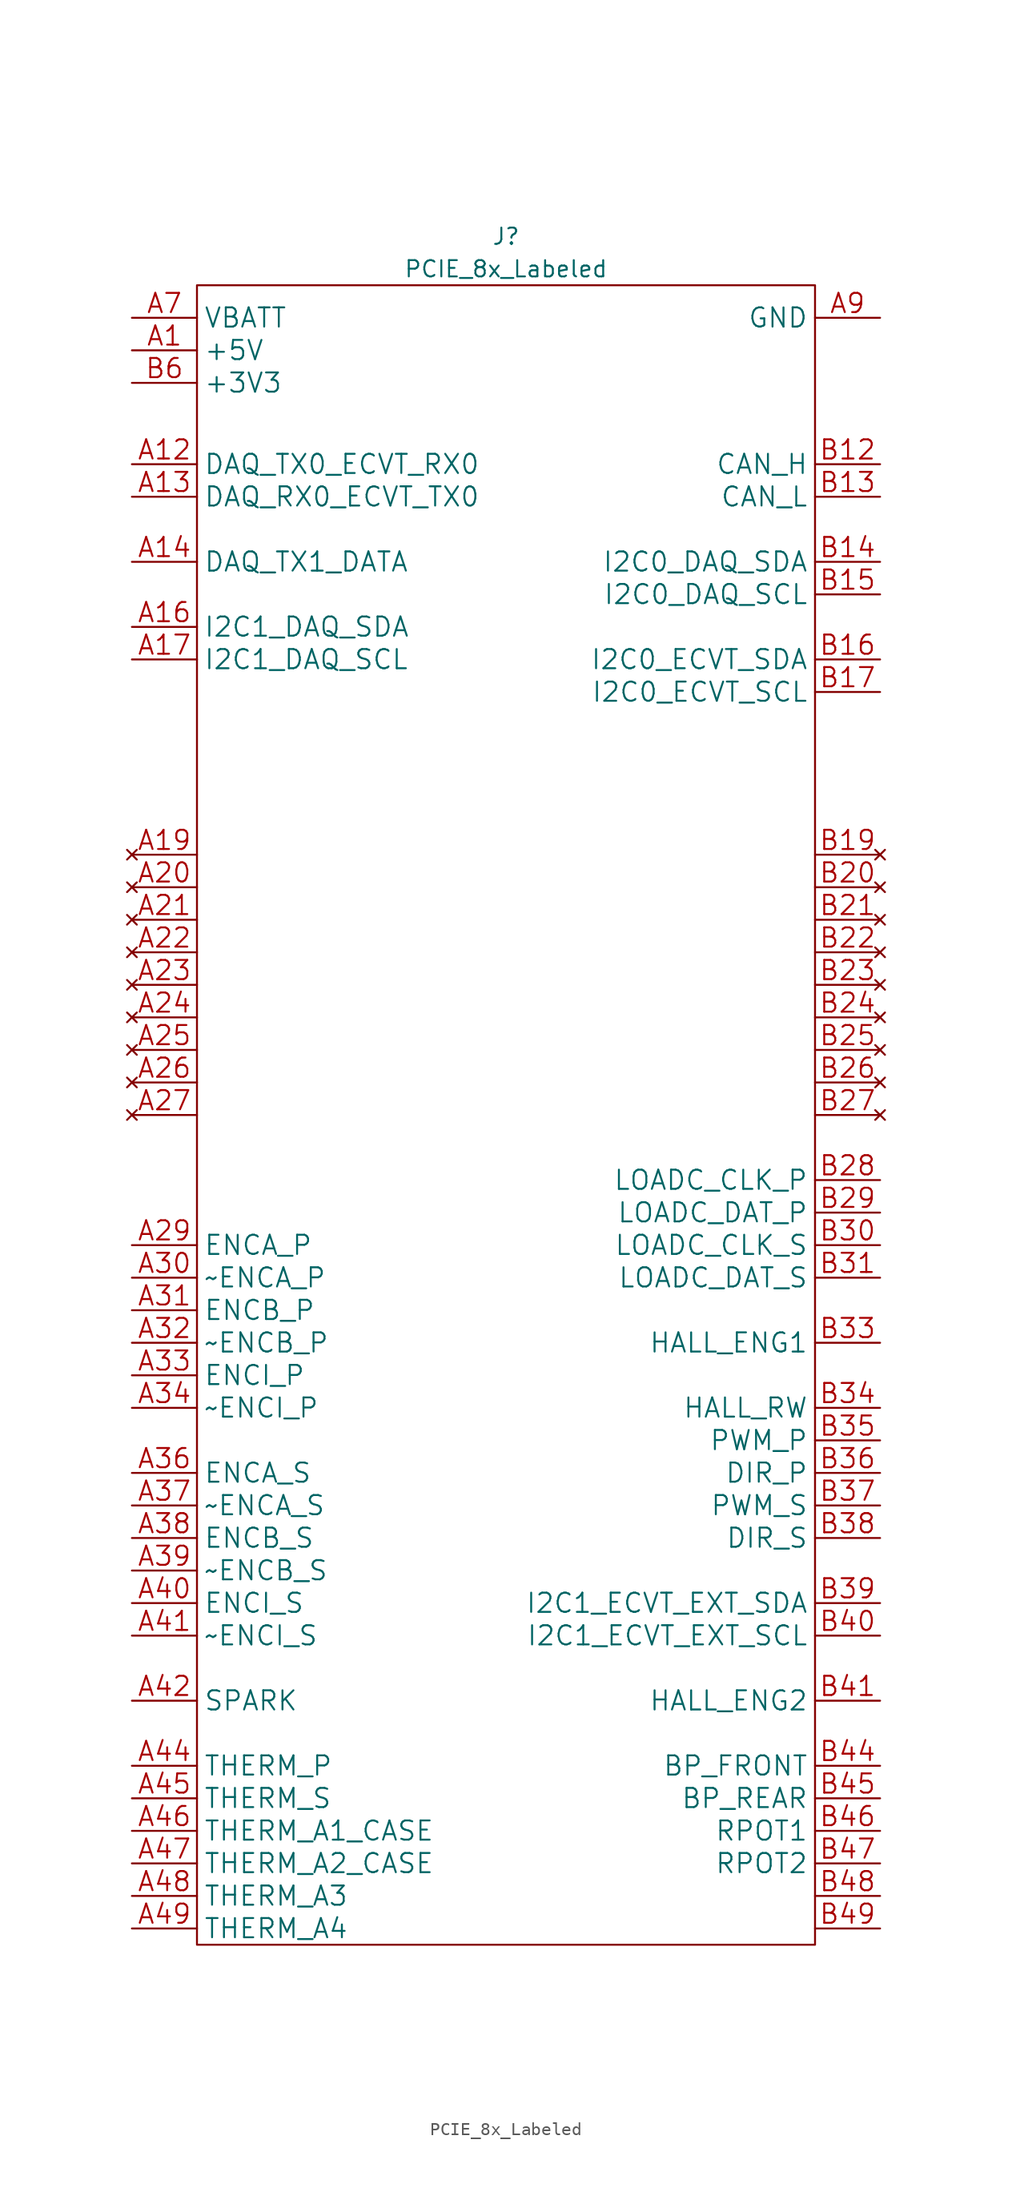
<source format=kicad_sym>
(kicad_symbol_lib
  (version 20220914)
  (generator kicad_symbol_editor)
  (symbol "PCIE_8x_Labeled"
    (property "Reference" "J"
      (at 0 3.81 0)
      (effects (font (size 1.27 1.27))))
    (property "Value" "PCIE_8x_Labeled"
      (at 0 1.27 0)
      (effects (font (size 1.27 1.27))))
    (symbol "PCIE_8x_Labeled_0_1"
      (rectangle (start -24.13 0) (end 24.13 -129.54) (stroke (width 0) (type default)) (fill (type none))))
    (symbol "PCIE_8x_Labeled_1_1"
      (pin power_out line (at -29.21 -5.08 0) (length 5.08) (name "+5V" (effects (font (size 1.499 1.499)))) (number "A1" (effects (font (size 1.499 1.499)))))
      (pin power_out line (at 29.21 -2.54 180) (length 5.08) hide (name "GND" (effects (font (size 1.499 1.499)))) (number "A10" (effects (font (size 1.499 1.499)))))
      (pin power_out line (at 29.21 -2.54 180) (length 5.08) hide (name "GND" (effects (font (size 1.499 1.499)))) (number "A11" (effects (font (size 1.499 1.499)))))
      (pin bidirectional line (at -29.21 -13.97 0) (length 5.08) (name "DAQ_TX0_ECVT_RX0" (effects (font (size 1.499 1.499)))) (number "A12" (effects (font (size 1.499 1.499)))))
      (pin bidirectional line (at -29.21 -16.51 0) (length 5.08) (name "DAQ_RX0_ECVT_TX0" (effects (font (size 1.499 1.499)))) (number "A13" (effects (font (size 1.499 1.499)))))
      (pin bidirectional line (at -29.21 -21.59 0) (length 5.08) (name "DAQ_TX1_DATA" (effects (font (size 1.499 1.499)))) (number "A14" (effects (font (size 1.499 1.499)))))
      (pin power_out line (at 29.21 -2.54 180) (length 5.08) hide (name "GND" (effects (font (size 1.499 1.499)))) (number "A15" (effects (font (size 1.499 1.499)))))
      (pin bidirectional line (at -29.21 -26.67 0) (length 5.08) (name "I2C1_DAQ_SDA" (effects (font (size 1.499 1.499)))) (number "A16" (effects (font (size 1.499 1.499)))))
      (pin bidirectional line (at -29.21 -29.21 0) (length 5.08) (name "I2C1_DAQ_SCL" (effects (font (size 1.499 1.499)))) (number "A17" (effects (font (size 1.499 1.499)))))
      (pin power_out line (at 29.21 -2.54 180) (length 5.08) hide (name "GND" (effects (font (size 1.499 1.499)))) (number "A18" (effects (font (size 1.499 1.499)))))
      (pin no_connect line (at -29.21 -44.45 0) (length 5.08) (name "" (effects (font (size 1.499 1.499)))) (number "A19" (effects (font (size 1.499 1.499)))))
      (pin power_out line (at -29.21 -5.08 0) (length 5.08) hide (name "+5V" (effects (font (size 1.499 1.499)))) (number "A2" (effects (font (size 1.499 1.499)))))
      (pin no_connect line (at -29.21 -46.99 0) (length 5.08) (name "" (effects (font (size 1.499 1.499)))) (number "A20" (effects (font (size 1.499 1.499)))))
      (pin no_connect line (at -29.21 -49.53 0) (length 5.08) (name "" (effects (font (size 1.499 1.499)))) (number "A21" (effects (font (size 1.499 1.499)))))
      (pin no_connect line (at -29.21 -52.07 0) (length 5.08) (name "" (effects (font (size 1.499 1.499)))) (number "A22" (effects (font (size 1.499 1.499)))))
      (pin no_connect line (at -29.21 -54.61 0) (length 5.08) (name "" (effects (font (size 1.499 1.499)))) (number "A23" (effects (font (size 1.499 1.499)))))
      (pin no_connect line (at -29.21 -57.15 0) (length 5.08) (name "" (effects (font (size 1.499 1.499)))) (number "A24" (effects (font (size 1.499 1.499)))))
      (pin no_connect line (at -29.21 -59.69 0) (length 5.08) (name "" (effects (font (size 1.499 1.499)))) (number "A25" (effects (font (size 1.499 1.499)))))
      (pin no_connect line (at -29.21 -62.23 0) (length 5.08) (name "" (effects (font (size 1.499 1.499)))) (number "A26" (effects (font (size 1.499 1.499)))))
      (pin no_connect line (at -29.21 -64.77 0) (length 5.08) (name "" (effects (font (size 1.499 1.499)))) (number "A27" (effects (font (size 1.499 1.499)))))
      (pin power_out line (at 29.21 -2.54 180) (length 5.08) hide (name "GND" (effects (font (size 1.499 1.499)))) (number "A28" (effects (font (size 1.499 1.499)))))
      (pin unspecified line (at -29.21 -74.93 0) (length 5.08) (name "ENCA_P" (effects (font (size 1.499 1.499)))) (number "A29" (effects (font (size 1.499 1.499)))))
      (pin power_out line (at -29.21 -5.08 0) (length 5.08) hide (name "+5V" (effects (font (size 1.499 1.499)))) (number "A3" (effects (font (size 1.499 1.499)))))
      (pin unspecified line (at -29.21 -77.47 0) (length 5.08) (name "~ENCA_P" (effects (font (size 1.499 1.499)))) (number "A30" (effects (font (size 1.499 1.499)))))
      (pin unspecified line (at -29.21 -80.01 0) (length 5.08) (name "ENCB_P" (effects (font (size 1.499 1.499)))) (number "A31" (effects (font (size 1.499 1.499)))))
      (pin unspecified line (at -29.21 -82.55 0) (length 5.08) (name "~ENCB_P" (effects (font (size 1.499 1.499)))) (number "A32" (effects (font (size 1.499 1.499)))))
      (pin unspecified line (at -29.21 -85.09 0) (length 5.08) (name "ENCI_P" (effects (font (size 1.499 1.499)))) (number "A33" (effects (font (size 1.499 1.499)))))
      (pin unspecified line (at -29.21 -87.63 0) (length 5.08) (name "~ENCI_P" (effects (font (size 1.499 1.499)))) (number "A34" (effects (font (size 1.499 1.499)))))
      (pin power_out line (at 29.21 -2.54 180) (length 5.08) hide (name "GND" (effects (font (size 1.499 1.499)))) (number "A35" (effects (font (size 1.499 1.499)))))
      (pin unspecified line (at -29.21 -92.71 0) (length 5.08) (name "ENCA_S" (effects (font (size 1.499 1.499)))) (number "A36" (effects (font (size 1.499 1.499)))))
      (pin unspecified line (at -29.21 -95.25 0) (length 5.08) (name "~ENCA_S" (effects (font (size 1.499 1.499)))) (number "A37" (effects (font (size 1.499 1.499)))))
      (pin unspecified line (at -29.21 -97.79 0) (length 5.08) (name "ENCB_S" (effects (font (size 1.499 1.499)))) (number "A38" (effects (font (size 1.499 1.499)))))
      (pin unspecified line (at -29.21 -100.33 0) (length 5.08) (name "~ENCB_S" (effects (font (size 1.499 1.499)))) (number "A39" (effects (font (size 1.499 1.499)))))
      (pin power_out line (at -29.21 -7.62 0) (length 5.08) hide (name "+3V3" (effects (font (size 1.499 1.499)))) (number "A4" (effects (font (size 1.499 1.499)))))
      (pin unspecified line (at -29.21 -102.87 0) (length 5.08) (name "ENCI_S" (effects (font (size 1.499 1.499)))) (number "A40" (effects (font (size 1.499 1.499)))))
      (pin unspecified line (at -29.21 -105.41 0) (length 5.08) (name "~ENCI_S" (effects (font (size 1.499 1.499)))) (number "A41" (effects (font (size 1.499 1.499)))))
      (pin unspecified line (at -29.21 -110.49 0) (length 5.08) (name "SPARK" (effects (font (size 1.499 1.499)))) (number "A42" (effects (font (size 1.499 1.499)))))
      (pin power_out line (at 29.21 -2.54 180) (length 5.08) hide (name "GND" (effects (font (size 1.499 1.499)))) (number "A43" (effects (font (size 1.499 1.499)))))
      (pin unspecified line (at -29.21 -115.57 0) (length 5.08) (name "THERM_P" (effects (font (size 1.499 1.499)))) (number "A44" (effects (font (size 1.499 1.499)))))
      (pin unspecified line (at -29.21 -118.11 0) (length 5.08) (name "THERM_S" (effects (font (size 1.499 1.499)))) (number "A45" (effects (font (size 1.499 1.499)))))
      (pin unspecified line (at -29.21 -120.65 0) (length 5.08) (name "THERM_A1_CASE" (effects (font (size 1.499 1.499)))) (number "A46" (effects (font (size 1.499 1.499)))))
      (pin unspecified line (at -29.21 -123.19 0) (length 5.08) (name "THERM_A2_CASE" (effects (font (size 1.499 1.499)))) (number "A47" (effects (font (size 1.499 1.499)))))
      (pin unspecified line (at -29.21 -125.73 0) (length 5.08) (name "THERM_A3" (effects (font (size 1.499 1.499)))) (number "A48" (effects (font (size 1.499 1.499)))))
      (pin unspecified line (at -29.21 -128.27 0) (length 5.08) (name "THERM_A4" (effects (font (size 1.499 1.499)))) (number "A49" (effects (font (size 1.499 1.499)))))
      (pin power_out line (at -29.21 -7.62 0) (length 5.08) hide (name "+3V3" (effects (font (size 1.499 1.499)))) (number "A5" (effects (font (size 1.499 1.499)))))
      (pin power_out line (at -29.21 -7.62 0) (length 5.08) hide (name "+3V3" (effects (font (size 1.499 1.499)))) (number "A6" (effects (font (size 1.499 1.499)))))
      (pin power_out line (at -29.21 -2.54 0) (length 5.08) (name "VBATT" (effects (font (size 1.499 1.499)))) (number "A7" (effects (font (size 1.499 1.499)))))
      (pin power_out line (at -29.21 -2.54 0) (length 5.08) hide (name "VBATT" (effects (font (size 1.499 1.499)))) (number "A8" (effects (font (size 1.499 1.499)))))
      (pin power_out line (at 29.21 -2.54 180) (length 5.08) (name "GND" (effects (font (size 1.499 1.499)))) (number "A9" (effects (font (size 1.499 1.499)))))
      (pin power_out line (at -29.21 -5.08 0) (length 5.08) hide (name "+5V" (effects (font (size 1.499 1.499)))) (number "B1" (effects (font (size 1.499 1.499)))))
      (pin power_out line (at 29.21 -2.54 180) (length 5.08) hide (name "GND" (effects (font (size 1.499 1.499)))) (number "B10" (effects (font (size 1.499 1.499)))))
      (pin power_out line (at 29.21 -2.54 180) (length 5.08) hide (name "GND" (effects (font (size 1.499 1.499)))) (number "B11" (effects (font (size 1.499 1.499)))))
      (pin bidirectional line (at 29.21 -13.97 180) (length 5.08) (name "CAN_H" (effects (font (size 1.499 1.499)))) (number "B12" (effects (font (size 1.499 1.499)))))
      (pin bidirectional line (at 29.21 -16.51 180) (length 5.08) (name "CAN_L" (effects (font (size 1.499 1.499)))) (number "B13" (effects (font (size 1.499 1.499)))))
      (pin bidirectional line (at 29.21 -21.59 180) (length 5.08) (name "I2C0_DAQ_SDA" (effects (font (size 1.499 1.499)))) (number "B14" (effects (font (size 1.499 1.499)))))
      (pin bidirectional line (at 29.21 -24.13 180) (length 5.08) (name "I2C0_DAQ_SCL" (effects (font (size 1.499 1.499)))) (number "B15" (effects (font (size 1.499 1.499)))))
      (pin bidirectional line (at 29.21 -29.21 180) (length 5.08) (name "I2C0_ECVT_SDA" (effects (font (size 1.499 1.499)))) (number "B16" (effects (font (size 1.499 1.499)))))
      (pin bidirectional line (at 29.21 -31.75 180) (length 5.08) (name "I2C0_ECVT_SCL" (effects (font (size 1.499 1.499)))) (number "B17" (effects (font (size 1.499 1.499)))))
      (pin power_out line (at 29.21 -2.54 180) (length 5.08) hide (name "GND" (effects (font (size 1.499 1.499)))) (number "B18" (effects (font (size 1.499 1.499)))))
      (pin no_connect line (at 29.21 -44.45 180) (length 5.08) (name "" (effects (font (size 1.499 1.499)))) (number "B19" (effects (font (size 1.499 1.499)))))
      (pin power_out line (at -29.21 -5.08 0) (length 5.08) hide (name "+5V" (effects (font (size 1.499 1.499)))) (number "B2" (effects (font (size 1.499 1.499)))))
      (pin no_connect line (at 29.21 -46.99 180) (length 5.08) (name "" (effects (font (size 1.499 1.499)))) (number "B20" (effects (font (size 1.499 1.499)))))
      (pin no_connect line (at 29.21 -49.53 180) (length 5.08) (name "" (effects (font (size 1.499 1.499)))) (number "B21" (effects (font (size 1.499 1.499)))))
      (pin no_connect line (at 29.21 -52.07 180) (length 5.08) (name "" (effects (font (size 1.499 1.499)))) (number "B22" (effects (font (size 1.499 1.499)))))
      (pin no_connect line (at 29.21 -54.61 180) (length 5.08) (name "" (effects (font (size 1.499 1.499)))) (number "B23" (effects (font (size 1.499 1.499)))))
      (pin no_connect line (at 29.21 -57.15 180) (length 5.08) (name "" (effects (font (size 1.499 1.499)))) (number "B24" (effects (font (size 1.499 1.499)))))
      (pin no_connect line (at 29.21 -59.69 180) (length 5.08) (name "" (effects (font (size 1.499 1.499)))) (number "B25" (effects (font (size 1.499 1.499)))))
      (pin no_connect line (at 29.21 -62.23 180) (length 5.08) (name "" (effects (font (size 1.499 1.499)))) (number "B26" (effects (font (size 1.499 1.499)))))
      (pin no_connect line (at 29.21 -64.77 180) (length 5.08) (name "" (effects (font (size 1.499 1.499)))) (number "B27" (effects (font (size 1.499 1.499)))))
      (pin unspecified line (at 29.21 -69.85 180) (length 5.08) (name "LOADC_CLK_P" (effects (font (size 1.499 1.499)))) (number "B28" (effects (font (size 1.499 1.499)))))
      (pin unspecified line (at 29.21 -72.39 180) (length 5.08) (name "LOADC_DAT_P" (effects (font (size 1.499 1.499)))) (number "B29" (effects (font (size 1.499 1.499)))))
      (pin power_out line (at -29.21 -5.08 0) (length 5.08) hide (name "+5V" (effects (font (size 1.499 1.499)))) (number "B3" (effects (font (size 1.499 1.499)))))
      (pin unspecified line (at 29.21 -74.93 180) (length 5.08) (name "LOADC_CLK_S" (effects (font (size 1.499 1.499)))) (number "B30" (effects (font (size 1.499 1.499)))))
      (pin unspecified line (at 29.21 -77.47 180) (length 5.08) (name "LOADC_DAT_S" (effects (font (size 1.499 1.499)))) (number "B31" (effects (font (size 1.499 1.499)))))
      (pin power_out line (at 29.21 -2.54 180) (length 5.08) hide (name "GND" (effects (font (size 1.499 1.499)))) (number "B32" (effects (font (size 1.499 1.499)))))
      (pin unspecified line (at 29.21 -82.55 180) (length 5.08) (name "HALL_ENG1" (effects (font (size 1.499 1.499)))) (number "B33" (effects (font (size 1.499 1.499)))))
      (pin unspecified line (at 29.21 -87.63 180) (length 5.08) (name "HALL_RW" (effects (font (size 1.499 1.499)))) (number "B34" (effects (font (size 1.499 1.499)))))
      (pin unspecified line (at 29.21 -90.17 180) (length 5.08) (name "PWM_P" (effects (font (size 1.499 1.499)))) (number "B35" (effects (font (size 1.499 1.499)))))
      (pin unspecified line (at 29.21 -92.71 180) (length 5.08) (name "DIR_P" (effects (font (size 1.499 1.499)))) (number "B36" (effects (font (size 1.499 1.499)))))
      (pin unspecified line (at 29.21 -95.25 180) (length 5.08) (name "PWM_S" (effects (font (size 1.499 1.499)))) (number "B37" (effects (font (size 1.499 1.499)))))
      (pin unspecified line (at 29.21 -97.79 180) (length 5.08) (name "DIR_S" (effects (font (size 1.499 1.499)))) (number "B38" (effects (font (size 1.499 1.499)))))
      (pin unspecified line (at 29.21 -102.87 180) (length 5.08) (name "I2C1_ECVT_EXT_SDA" (effects (font (size 1.499 1.499)))) (number "B39" (effects (font (size 1.499 1.499)))))
      (pin power_out line (at -29.21 -7.62 0) (length 5.08) hide (name "+3V3" (effects (font (size 1.499 1.499)))) (number "B4" (effects (font (size 1.499 1.499)))))
      (pin unspecified line (at 29.21 -105.41 180) (length 5.08) (name "I2C1_ECVT_EXT_SCL" (effects (font (size 1.499 1.499)))) (number "B40" (effects (font (size 1.499 1.499)))))
      (pin unspecified line (at 29.21 -110.49 180) (length 5.08) (name "HALL_ENG2" (effects (font (size 1.499 1.499)))) (number "B41" (effects (font (size 1.499 1.499)))))
      (pin power_out line (at 29.21 -2.54 180) (length 5.08) hide (name "GND" (effects (font (size 1.499 1.499)))) (number "B42" (effects (font (size 1.499 1.499)))))
      (pin power_out line (at 29.21 -2.54 180) (length 5.08) hide (name "GND" (effects (font (size 1.499 1.499)))) (number "B43" (effects (font (size 1.499 1.499)))))
      (pin bidirectional line (at 29.21 -115.57 180) (length 5.08) (name "BP_FRONT" (effects (font (size 1.499 1.499)))) (number "B44" (effects (font (size 1.499 1.499)))))
      (pin unspecified line (at 29.21 -118.11 180) (length 5.08) (name "BP_REAR" (effects (font (size 1.499 1.499)))) (number "B45" (effects (font (size 1.499 1.499)))))
      (pin unspecified line (at 29.21 -120.65 180) (length 5.08) (name "RPOT1" (effects (font (size 1.499 1.499)))) (number "B46" (effects (font (size 1.499 1.499)))))
      (pin unspecified line (at 29.21 -123.19 180) (length 5.08) (name "RPOT2" (effects (font (size 1.499 1.499)))) (number "B47" (effects (font (size 1.499 1.499)))))
      (pin unspecified line (at 29.21 -125.73 180) (length 5.08) (name "" (effects (font (size 1.499 1.499)))) (number "B48" (effects (font (size 1.499 1.499)))))
      (pin unspecified line (at 29.21 -128.27 180) (length 5.08) (name "" (effects (font (size 1.499 1.499)))) (number "B49" (effects (font (size 1.499 1.499)))))
      (pin power_out line (at -29.21 -7.62 0) (length 5.08) hide (name "+3V3" (effects (font (size 1.499 1.499)))) (number "B5" (effects (font (size 1.499 1.499)))))
      (pin power_out line (at -29.21 -7.62 0) (length 5.08) (name "+3V3" (effects (font (size 1.499 1.499)))) (number "B6" (effects (font (size 1.499 1.499)))))
      (pin power_out line (at -29.21 -2.54 0) (length 5.08) hide (name "VBATT" (effects (font (size 1.499 1.499)))) (number "B7" (effects (font (size 1.499 1.499)))))
      (pin power_out line (at -29.21 -2.54 0) (length 5.08) hide (name "VBATT" (effects (font (size 1.499 1.499)))) (number "B8" (effects (font (size 1.499 1.499)))))
      (pin power_out line (at 29.21 -2.54 180) (length 5.08) hide (name "GND" (effects (font (size 1.499 1.499)))) (number "B9" (effects (font (size 1.499 1.499))))))))
</source>
